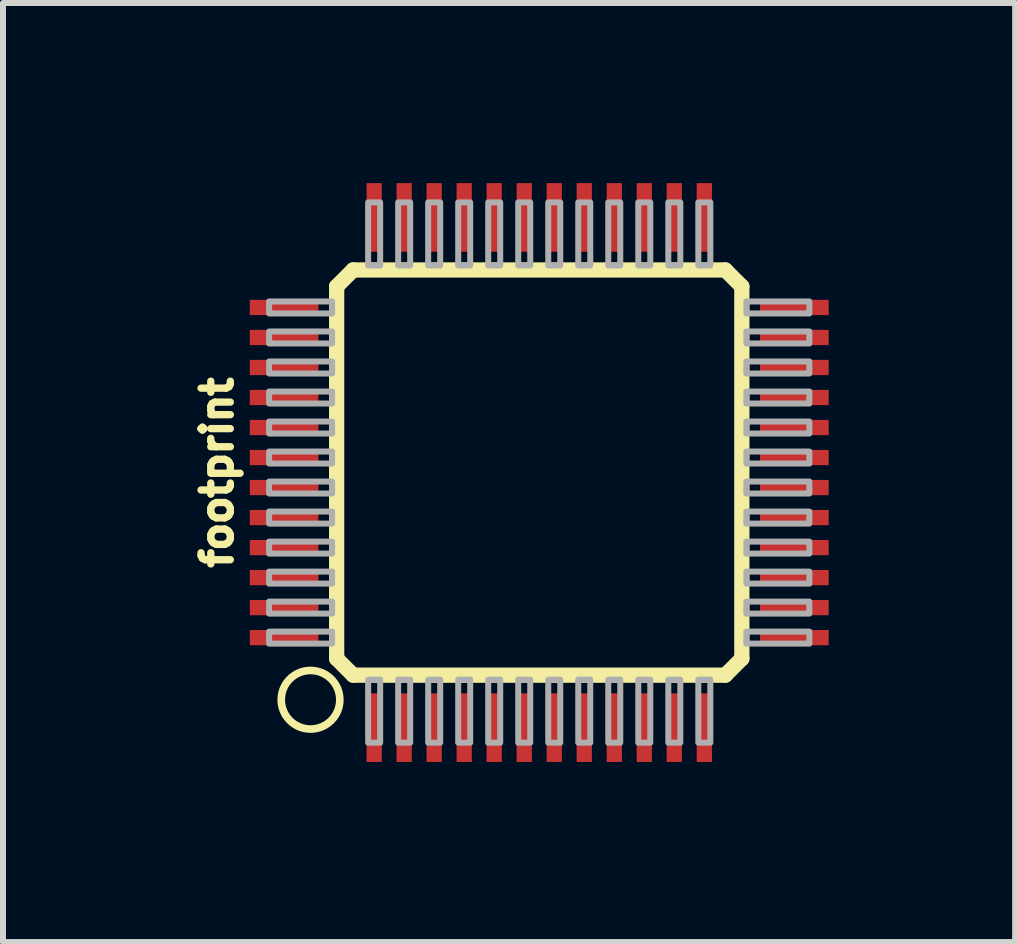
<source format=kicad_pcb>
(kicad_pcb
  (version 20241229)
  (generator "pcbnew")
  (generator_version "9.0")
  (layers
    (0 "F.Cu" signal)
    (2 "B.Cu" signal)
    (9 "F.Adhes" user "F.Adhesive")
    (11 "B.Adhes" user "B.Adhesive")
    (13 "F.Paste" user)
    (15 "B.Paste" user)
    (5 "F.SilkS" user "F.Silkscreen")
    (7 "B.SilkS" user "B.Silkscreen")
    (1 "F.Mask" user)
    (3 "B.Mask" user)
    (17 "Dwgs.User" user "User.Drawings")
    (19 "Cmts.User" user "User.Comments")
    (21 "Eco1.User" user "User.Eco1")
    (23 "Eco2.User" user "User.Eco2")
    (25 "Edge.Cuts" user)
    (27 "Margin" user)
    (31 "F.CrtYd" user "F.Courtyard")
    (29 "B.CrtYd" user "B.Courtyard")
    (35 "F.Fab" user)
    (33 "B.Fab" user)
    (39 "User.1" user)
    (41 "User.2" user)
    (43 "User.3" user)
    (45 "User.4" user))
  (footprint "footprint"
    (layer "F.Cu")
    (at 5.933 4.822)
    (property "Reference" "footprint" (at -5.08 0 90) (layer "F.SilkS") (effects (font (size 0.488 0.488) (thickness 0.122)) (justify bottom)))
    (fp_line (start -3.375 -3.1) (end -3.1 -3.375) (stroke (width 0.254) (type solid)) (layer "F.SilkS"))
    (fp_line (start -3.375 3.1) (end -3.375 -3.1) (stroke (width 0.254) (type solid)) (layer "F.SilkS"))
    (fp_line (start -3.1 -3.375) (end 3.1 -3.375) (stroke (width 0.254) (type solid)) (layer "F.SilkS"))
    (fp_line (start -3.1 3.375) (end -3.375 3.1) (stroke (width 0.254) (type solid)) (layer "F.SilkS"))
    (fp_line (start 3.1 -3.375) (end 3.375 -3.1) (stroke (width 0.254) (type solid)) (layer "F.SilkS"))
    (fp_line (start 3.1 3.375) (end -3.1 3.375) (stroke (width 0.254) (type solid)) (layer "F.SilkS"))
    (fp_line (start 3.375 -3.1) (end 3.375 3.1) (stroke (width 0.254) (type solid)) (layer "F.SilkS"))
    (fp_line (start 3.375 3.1) (end 3.1 3.375) (stroke (width 0.254) (type solid)) (layer "F.SilkS"))
    (fp_circle (center -3.81 3.785) (end -3.322 3.785) (stroke (width 0.127) (type solid)) (fill no) (layer "F.SilkS"))
    (fp_poly (pts (xy -4.5 -2.65) (xy -3.45 -2.65) (xy -3.45 -2.85) (xy -4.5 -2.85)) (stroke (width 0.1) (type solid)) (fill no) (layer "F.Fab"))
    (fp_poly (pts (xy -4.5 -2.15) (xy -3.45 -2.15) (xy -3.45 -2.35) (xy -4.5 -2.35)) (stroke (width 0.1) (type solid)) (fill no) (layer "F.Fab"))
    (fp_poly (pts (xy -4.5 -1.65) (xy -3.45 -1.65) (xy -3.45 -1.85) (xy -4.5 -1.85)) (stroke (width 0.1) (type solid)) (fill no) (layer "F.Fab"))
    (fp_poly (pts (xy -4.5 -1.15) (xy -3.45 -1.15) (xy -3.45 -1.35) (xy -4.5 -1.35)) (stroke (width 0.1) (type solid)) (fill no) (layer "F.Fab"))
    (fp_poly (pts (xy -4.5 -0.65) (xy -3.45 -0.65) (xy -3.45 -0.85) (xy -4.5 -0.85)) (stroke (width 0.1) (type solid)) (fill no) (layer "F.Fab"))
    (fp_poly (pts (xy -4.5 -0.15) (xy -3.45 -0.15) (xy -3.45 -0.35) (xy -4.5 -0.35)) (stroke (width 0.1) (type solid)) (fill no) (layer "F.Fab"))
    (fp_poly (pts (xy -4.5 0.35) (xy -3.45 0.35) (xy -3.45 0.15) (xy -4.5 0.15)) (stroke (width 0.1) (type solid)) (fill no) (layer "F.Fab"))
    (fp_poly (pts (xy -4.5 0.85) (xy -3.45 0.85) (xy -3.45 0.65) (xy -4.5 0.65)) (stroke (width 0.1) (type solid)) (fill no) (layer "F.Fab"))
    (fp_poly (pts (xy -4.5 1.35) (xy -3.45 1.35) (xy -3.45 1.15) (xy -4.5 1.15)) (stroke (width 0.1) (type solid)) (fill no) (layer "F.Fab"))
    (fp_poly (pts (xy -4.5 1.85) (xy -3.45 1.85) (xy -3.45 1.65) (xy -4.5 1.65)) (stroke (width 0.1) (type solid)) (fill no) (layer "F.Fab"))
    (fp_poly (pts (xy -4.5 2.35) (xy -3.45 2.35) (xy -3.45 2.15) (xy -4.5 2.15)) (stroke (width 0.1) (type solid)) (fill no) (layer "F.Fab"))
    (fp_poly (pts (xy -4.5 2.85) (xy -3.45 2.85) (xy -3.45 2.65) (xy -4.5 2.65)) (stroke (width 0.1) (type solid)) (fill no) (layer "F.Fab"))
    (fp_poly (pts (xy -2.85 -3.45) (xy -2.65 -3.45) (xy -2.65 -4.5) (xy -2.85 -4.5)) (stroke (width 0.1) (type solid)) (fill no) (layer "F.Fab"))
    (fp_poly (pts (xy -2.85 4.5) (xy -2.65 4.5) (xy -2.65 3.45) (xy -2.85 3.45)) (stroke (width 0.1) (type solid)) (fill no) (layer "F.Fab"))
    (fp_poly (pts (xy -2.35 -3.45) (xy -2.15 -3.45) (xy -2.15 -4.5) (xy -2.35 -4.5)) (stroke (width 0.1) (type solid)) (fill no) (layer "F.Fab"))
    (fp_poly (pts (xy -2.35 4.5) (xy -2.15 4.5) (xy -2.15 3.45) (xy -2.35 3.45)) (stroke (width 0.1) (type solid)) (fill no) (layer "F.Fab"))
    (fp_poly (pts (xy -1.85 -3.45) (xy -1.65 -3.45) (xy -1.65 -4.5) (xy -1.85 -4.5)) (stroke (width 0.1) (type solid)) (fill no) (layer "F.Fab"))
    (fp_poly (pts (xy -1.85 4.5) (xy -1.65 4.5) (xy -1.65 3.45) (xy -1.85 3.45)) (stroke (width 0.1) (type solid)) (fill no) (layer "F.Fab"))
    (fp_poly (pts (xy -1.35 -3.45) (xy -1.15 -3.45) (xy -1.15 -4.5) (xy -1.35 -4.5)) (stroke (width 0.1) (type solid)) (fill no) (layer "F.Fab"))
    (fp_poly (pts (xy -1.35 4.5) (xy -1.15 4.5) (xy -1.15 3.45) (xy -1.35 3.45)) (stroke (width 0.1) (type solid)) (fill no) (layer "F.Fab"))
    (fp_poly (pts (xy -0.85 -3.45) (xy -0.65 -3.45) (xy -0.65 -4.5) (xy -0.85 -4.5)) (stroke (width 0.1) (type solid)) (fill no) (layer "F.Fab"))
    (fp_poly (pts (xy -0.85 4.5) (xy -0.65 4.5) (xy -0.65 3.45) (xy -0.85 3.45)) (stroke (width 0.1) (type solid)) (fill no) (layer "F.Fab"))
    (fp_poly (pts (xy -0.35 -3.45) (xy -0.15 -3.45) (xy -0.15 -4.5) (xy -0.35 -4.5)) (stroke (width 0.1) (type solid)) (fill no) (layer "F.Fab"))
    (fp_poly (pts (xy -0.35 4.5) (xy -0.15 4.5) (xy -0.15 3.45) (xy -0.35 3.45)) (stroke (width 0.1) (type solid)) (fill no) (layer "F.Fab"))
    (fp_poly (pts (xy 0.15 -3.45) (xy 0.35 -3.45) (xy 0.35 -4.5) (xy 0.15 -4.5)) (stroke (width 0.1) (type solid)) (fill no) (layer "F.Fab"))
    (fp_poly (pts (xy 0.15 4.5) (xy 0.35 4.5) (xy 0.35 3.45) (xy 0.15 3.45)) (stroke (width 0.1) (type solid)) (fill no) (layer "F.Fab"))
    (fp_poly (pts (xy 0.65 -3.45) (xy 0.85 -3.45) (xy 0.85 -4.5) (xy 0.65 -4.5)) (stroke (width 0.1) (type solid)) (fill no) (layer "F.Fab"))
    (fp_poly (pts (xy 0.65 4.5) (xy 0.85 4.5) (xy 0.85 3.45) (xy 0.65 3.45)) (stroke (width 0.1) (type solid)) (fill no) (layer "F.Fab"))
    (fp_poly (pts (xy 1.15 -3.45) (xy 1.35 -3.45) (xy 1.35 -4.5) (xy 1.15 -4.5)) (stroke (width 0.1) (type solid)) (fill no) (layer "F.Fab"))
    (fp_poly (pts (xy 1.15 4.5) (xy 1.35 4.5) (xy 1.35 3.45) (xy 1.15 3.45)) (stroke (width 0.1) (type solid)) (fill no) (layer "F.Fab"))
    (fp_poly (pts (xy 1.65 -3.45) (xy 1.85 -3.45) (xy 1.85 -4.5) (xy 1.65 -4.5)) (stroke (width 0.1) (type solid)) (fill no) (layer "F.Fab"))
    (fp_poly (pts (xy 1.65 4.5) (xy 1.85 4.5) (xy 1.85 3.45) (xy 1.65 3.45)) (stroke (width 0.1) (type solid)) (fill no) (layer "F.Fab"))
    (fp_poly (pts (xy 2.15 -3.45) (xy 2.35 -3.45) (xy 2.35 -4.5) (xy 2.15 -4.5)) (stroke (width 0.1) (type solid)) (fill no) (layer "F.Fab"))
    (fp_poly (pts (xy 2.15 4.5) (xy 2.35 4.5) (xy 2.35 3.45) (xy 2.15 3.45)) (stroke (width 0.1) (type solid)) (fill no) (layer "F.Fab"))
    (fp_poly (pts (xy 2.65 -3.45) (xy 2.85 -3.45) (xy 2.85 -4.5) (xy 2.65 -4.5)) (stroke (width 0.1) (type solid)) (fill no) (layer "F.Fab"))
    (fp_poly (pts (xy 2.65 4.5) (xy 2.85 4.5) (xy 2.85 3.45) (xy 2.65 3.45)) (stroke (width 0.1) (type solid)) (fill no) (layer "F.Fab"))
    (fp_poly (pts (xy 3.45 -2.65) (xy 4.5 -2.65) (xy 4.5 -2.85) (xy 3.45 -2.85)) (stroke (width 0.1) (type solid)) (fill no) (layer "F.Fab"))
    (fp_poly (pts (xy 3.45 -2.15) (xy 4.5 -2.15) (xy 4.5 -2.35) (xy 3.45 -2.35)) (stroke (width 0.1) (type solid)) (fill no) (layer "F.Fab"))
    (fp_poly (pts (xy 3.45 -1.65) (xy 4.5 -1.65) (xy 4.5 -1.85) (xy 3.45 -1.85)) (stroke (width 0.1) (type solid)) (fill no) (layer "F.Fab"))
    (fp_poly (pts (xy 3.45 -1.15) (xy 4.5 -1.15) (xy 4.5 -1.35) (xy 3.45 -1.35)) (stroke (width 0.1) (type solid)) (fill no) (layer "F.Fab"))
    (fp_poly (pts (xy 3.45 -0.65) (xy 4.5 -0.65) (xy 4.5 -0.85) (xy 3.45 -0.85)) (stroke (width 0.1) (type solid)) (fill no) (layer "F.Fab"))
    (fp_poly (pts (xy 3.45 -0.15) (xy 4.5 -0.15) (xy 4.5 -0.35) (xy 3.45 -0.35)) (stroke (width 0.1) (type solid)) (fill no) (layer "F.Fab"))
    (fp_poly (pts (xy 3.45 0.35) (xy 4.5 0.35) (xy 4.5 0.15) (xy 3.45 0.15)) (stroke (width 0.1) (type solid)) (fill no) (layer "F.Fab"))
    (fp_poly (pts (xy 3.45 0.85) (xy 4.5 0.85) (xy 4.5 0.65) (xy 3.45 0.65)) (stroke (width 0.1) (type solid)) (fill no) (layer "F.Fab"))
    (fp_poly (pts (xy 3.45 1.35) (xy 4.5 1.35) (xy 4.5 1.15) (xy 3.45 1.15)) (stroke (width 0.1) (type solid)) (fill no) (layer "F.Fab"))
    (fp_poly (pts (xy 3.45 1.85) (xy 4.5 1.85) (xy 4.5 1.65) (xy 3.45 1.65)) (stroke (width 0.1) (type solid)) (fill no) (layer "F.Fab"))
    (fp_poly (pts (xy 3.45 2.35) (xy 4.5 2.35) (xy 4.5 2.15) (xy 3.45 2.15)) (stroke (width 0.1) (type solid)) (fill no) (layer "F.Fab"))
    (fp_poly (pts (xy 3.45 2.85) (xy 4.5 2.85) (xy 4.5 2.65) (xy 3.45 2.65)) (stroke (width 0.1) (type solid)) (fill no) (layer "F.Fab"))
    (pad "1" smd rect (at -2.75 4.25) (size 0.254 1.143) (layers "F.Cu" "F.Mask" "F.Paste"))
    (pad "2" smd rect (at -2.25 4.25) (size 0.254 1.143) (layers "F.Cu" "F.Mask" "F.Paste"))
    (pad "3" smd rect (at -1.75 4.25) (size 0.254 1.143) (layers "F.Cu" "F.Mask" "F.Paste"))
    (pad "4" smd rect (at -1.25 4.25) (size 0.254 1.143) (layers "F.Cu" "F.Mask" "F.Paste"))
    (pad "5" smd rect (at -0.75 4.25) (size 0.254 1.143) (layers "F.Cu" "F.Mask" "F.Paste"))
    (pad "6" smd rect (at -0.25 4.25) (size 0.254 1.143) (layers "F.Cu" "F.Mask" "F.Paste"))
    (pad "7" smd rect (at 0.25 4.25) (size 0.254 1.143) (layers "F.Cu" "F.Mask" "F.Paste"))
    (pad "8" smd rect (at 0.75 4.25) (size 0.254 1.143) (layers "F.Cu" "F.Mask" "F.Paste"))
    (pad "9" smd rect (at 1.25 4.25) (size 0.254 1.143) (layers "F.Cu" "F.Mask" "F.Paste"))
    (pad "10" smd rect (at 1.75 4.25) (size 0.254 1.143) (layers "F.Cu" "F.Mask" "F.Paste"))
    (pad "11" smd rect (at 2.25 4.25) (size 0.254 1.143) (layers "F.Cu" "F.Mask" "F.Paste"))
    (pad "12" smd rect (at 2.75 4.25) (size 0.254 1.143) (layers "F.Cu" "F.Mask" "F.Paste"))
    (pad "13" smd rect (at 4.25 2.75) (size 1.143 0.254) (layers "F.Cu" "F.Mask" "F.Paste"))
    (pad "14" smd rect (at 4.25 2.25) (size 1.143 0.254) (layers "F.Cu" "F.Mask" "F.Paste"))
    (pad "15" smd rect (at 4.25 1.75) (size 1.143 0.254) (layers "F.Cu" "F.Mask" "F.Paste"))
    (pad "16" smd rect (at 4.25 1.25) (size 1.143 0.254) (layers "F.Cu" "F.Mask" "F.Paste"))
    (pad "17" smd rect (at 4.25 0.75) (size 1.143 0.254) (layers "F.Cu" "F.Mask" "F.Paste"))
    (pad "18" smd rect (at 4.25 0.25) (size 1.143 0.254) (layers "F.Cu" "F.Mask" "F.Paste"))
    (pad "19" smd rect (at 4.25 -0.25) (size 1.143 0.254) (layers "F.Cu" "F.Mask" "F.Paste"))
    (pad "20" smd rect (at 4.25 -0.75) (size 1.143 0.254) (layers "F.Cu" "F.Mask" "F.Paste"))
    (pad "21" smd rect (at 4.25 -1.25) (size 1.143 0.254) (layers "F.Cu" "F.Mask" "F.Paste"))
    (pad "22" smd rect (at 4.25 -1.75) (size 1.143 0.254) (layers "F.Cu" "F.Mask" "F.Paste"))
    (pad "23" smd rect (at 4.25 -2.25) (size 1.143 0.254) (layers "F.Cu" "F.Mask" "F.Paste"))
    (pad "24" smd rect (at 4.25 -2.75) (size 1.143 0.254) (layers "F.Cu" "F.Mask" "F.Paste"))
    (pad "25" smd rect (at 2.75 -4.25) (size 0.254 1.143) (layers "F.Cu" "F.Mask" "F.Paste"))
    (pad "26" smd rect (at 2.25 -4.25) (size 0.254 1.143) (layers "F.Cu" "F.Mask" "F.Paste"))
    (pad "27" smd rect (at 1.75 -4.25) (size 0.254 1.143) (layers "F.Cu" "F.Mask" "F.Paste"))
    (pad "28" smd rect (at 1.25 -4.25) (size 0.254 1.143) (layers "F.Cu" "F.Mask" "F.Paste"))
    (pad "29" smd rect (at 0.75 -4.25) (size 0.254 1.143) (layers "F.Cu" "F.Mask" "F.Paste"))
    (pad "30" smd rect (at 0.25 -4.25) (size 0.254 1.143) (layers "F.Cu" "F.Mask" "F.Paste"))
    (pad "31" smd rect (at -0.25 -4.25) (size 0.254 1.143) (layers "F.Cu" "F.Mask" "F.Paste"))
    (pad "32" smd rect (at -0.75 -4.25) (size 0.254 1.143) (layers "F.Cu" "F.Mask" "F.Paste"))
    (pad "33" smd rect (at -1.25 -4.25) (size 0.254 1.143) (layers "F.Cu" "F.Mask" "F.Paste"))
    (pad "34" smd rect (at -1.75 -4.25) (size 0.254 1.143) (layers "F.Cu" "F.Mask" "F.Paste"))
    (pad "35" smd rect (at -2.25 -4.25) (size 0.254 1.143) (layers "F.Cu" "F.Mask" "F.Paste"))
    (pad "36" smd rect (at -2.75 -4.25) (size 0.254 1.143) (layers "F.Cu" "F.Mask" "F.Paste"))
    (pad "37" smd rect (at -4.25 -2.75) (size 1.143 0.254) (layers "F.Cu" "F.Mask" "F.Paste"))
    (pad "38" smd rect (at -4.25 -2.25) (size 1.143 0.254) (layers "F.Cu" "F.Mask" "F.Paste"))
    (pad "39" smd rect (at -4.25 -1.75) (size 1.143 0.254) (layers "F.Cu" "F.Mask" "F.Paste"))
    (pad "40" smd rect (at -4.25 -1.25) (size 1.143 0.254) (layers "F.Cu" "F.Mask" "F.Paste"))
    (pad "41" smd rect (at -4.25 -0.75) (size 1.143 0.254) (layers "F.Cu" "F.Mask" "F.Paste"))
    (pad "42" smd rect (at -4.25 -0.25) (size 1.143 0.254) (layers "F.Cu" "F.Mask" "F.Paste"))
    (pad "43" smd rect (at -4.25 0.25) (size 1.143 0.254) (layers "F.Cu" "F.Mask" "F.Paste"))
    (pad "44" smd rect (at -4.25 0.75) (size 1.143 0.254) (layers "F.Cu" "F.Mask" "F.Paste"))
    (pad "45" smd rect (at -4.25 1.25) (size 1.143 0.254) (layers "F.Cu" "F.Mask" "F.Paste"))
    (pad "46" smd rect (at -4.25 1.75) (size 1.143 0.254) (layers "F.Cu" "F.Mask" "F.Paste"))
    (pad "47" smd rect (at -4.25 2.25) (size 1.143 0.254) (layers "F.Cu" "F.Mask" "F.Paste"))
    (pad "48" smd rect (at -4.25 2.75) (size 1.143 0.254) (layers "F.Cu" "F.Mask" "F.Paste"))
    (zone (net_name "") (layer "F.Cu") (hatch edge 0.508) (connect_pads) (min_thickness 0.254) (filled_areas_thickness no) (keepout (tracks not_allowed) (vias not_allowed) (pads not_allowed) (copperpour not_allowed) (footprints allowed)) (placement (enabled no)) (fill) (polygon (pts (xy 1.006 3.856) (xy 2.377 3.856) (xy 2.377 3.805) (xy 1.006 3.805))))
    (zone (net_name "") (layer "F.Cu") (hatch edge 0.508) (connect_pads) (min_thickness 0.254) (filled_areas_thickness no) (keepout (tracks not_allowed) (vias not_allowed) (pads not_allowed) (copperpour not_allowed) (footprints allowed)) (placement (enabled no)) (fill) (polygon (pts (xy 9.515 3.348) (xy 10.861 3.348) (xy 10.861 3.297) (xy 9.515 3.297))))
    (zone (net_name "") (layer "F.Cu") (hatch edge 0.508) (connect_pads) (min_thickness 0.254) (filled_areas_thickness no) (keepout (tracks not_allowed) (vias not_allowed) (pads not_allowed) (copperpour not_allowed) (footprints allowed)) (placement (enabled no)) (fill) (polygon (pts (xy 9.515 3.856) (xy 10.861 3.856) (xy 10.861 3.805) (xy 9.515 3.805)))))
  (gr_rect
    (start -3 -3)
    (end 13.861 12.643)
    (stroke (width 0.1) (type default))
    (fill no)
    (layer "Edge.Cuts")))
</source>
